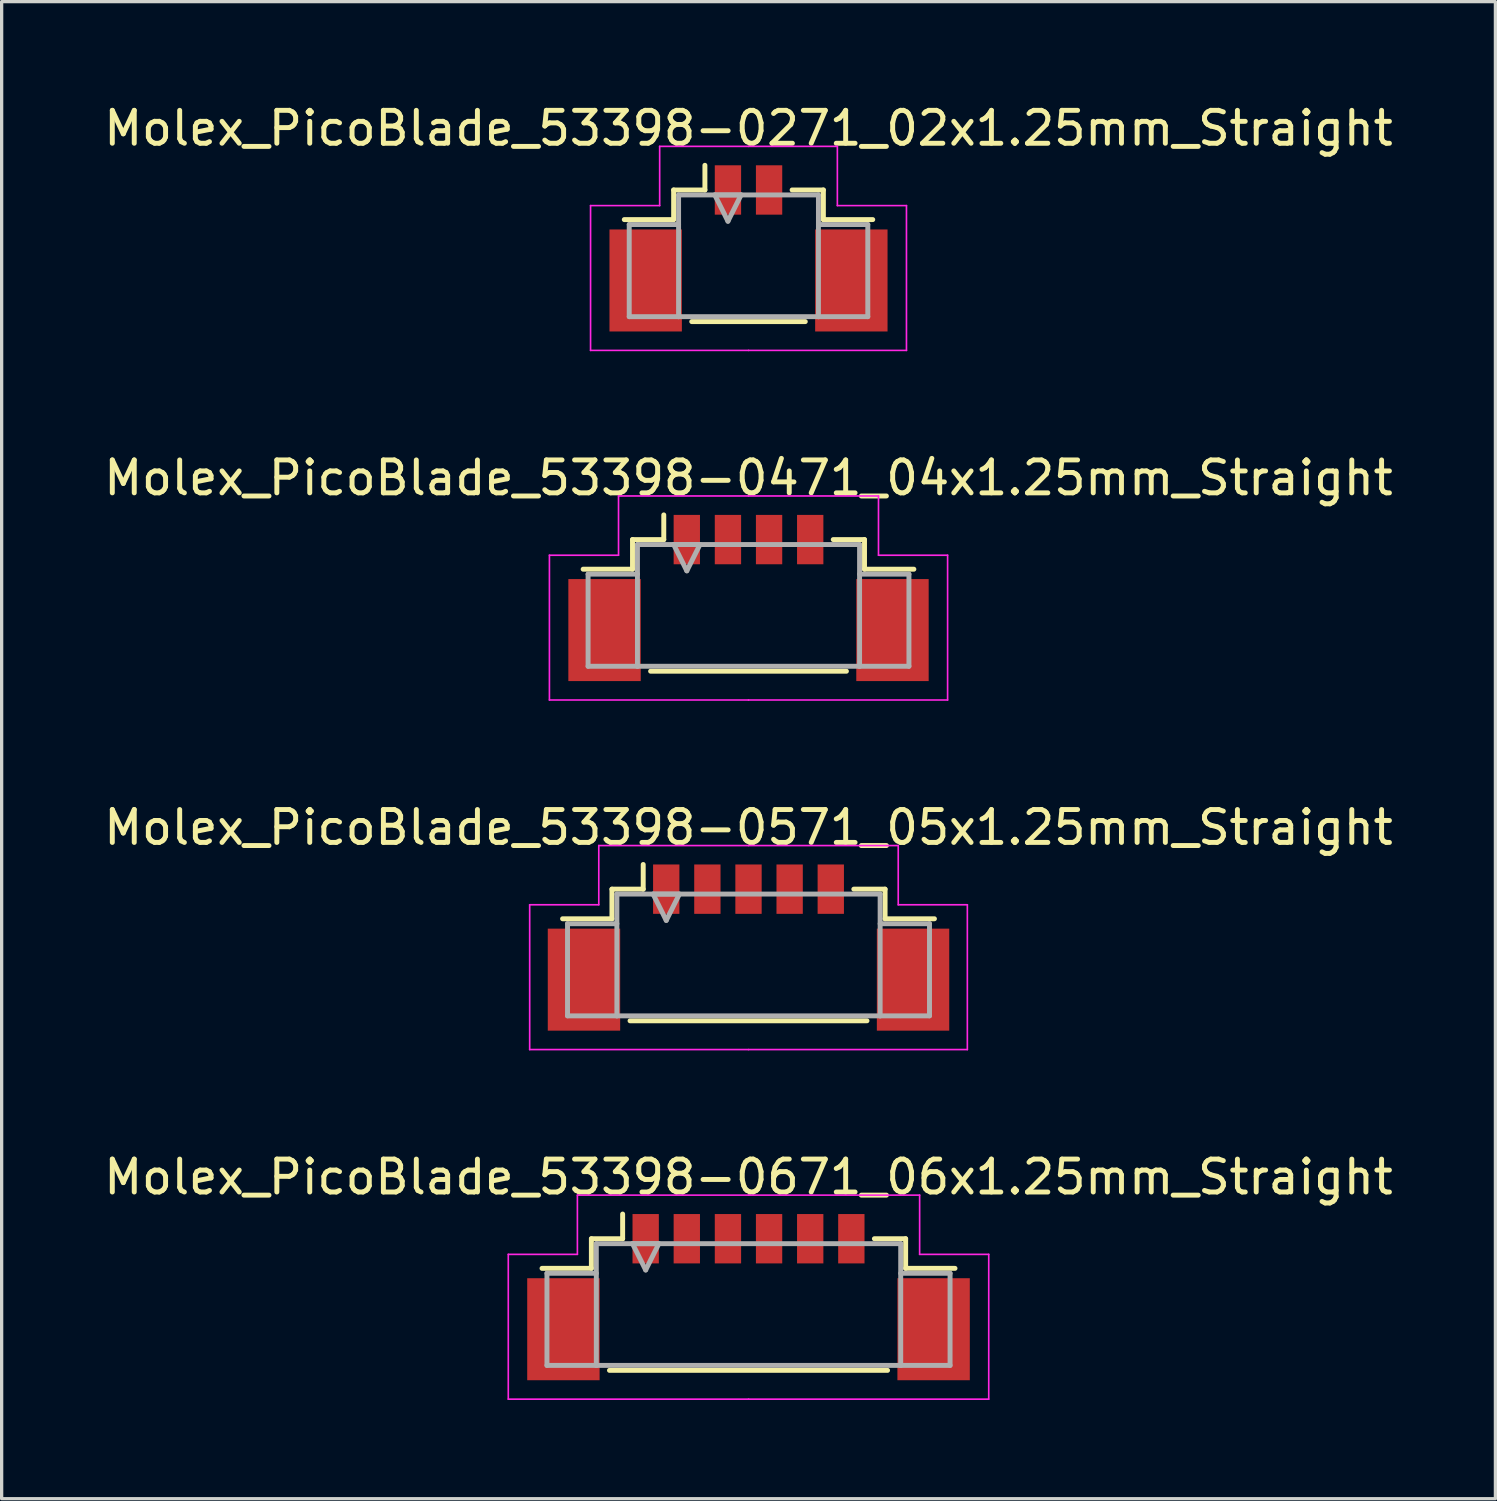
<source format=kicad_pcb>
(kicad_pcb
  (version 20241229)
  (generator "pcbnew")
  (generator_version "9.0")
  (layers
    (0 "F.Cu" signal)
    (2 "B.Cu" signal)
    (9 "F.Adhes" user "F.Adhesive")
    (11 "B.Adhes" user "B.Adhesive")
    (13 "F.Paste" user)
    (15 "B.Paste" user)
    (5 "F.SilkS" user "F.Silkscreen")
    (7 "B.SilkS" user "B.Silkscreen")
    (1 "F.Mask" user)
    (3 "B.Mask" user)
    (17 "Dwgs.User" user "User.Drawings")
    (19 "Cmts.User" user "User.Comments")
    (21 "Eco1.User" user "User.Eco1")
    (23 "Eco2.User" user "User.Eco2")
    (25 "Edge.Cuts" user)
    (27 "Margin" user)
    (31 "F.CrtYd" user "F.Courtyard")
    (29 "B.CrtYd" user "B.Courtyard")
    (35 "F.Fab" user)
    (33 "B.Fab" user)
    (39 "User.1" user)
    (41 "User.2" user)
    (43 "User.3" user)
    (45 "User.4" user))
  (footprint "Molex_PicoBlade_53398-0671_06x1.25mm_Straight"
    (layer "F.Cu")
    (at 19.696 35.968)
    (property "Reference" "Molex_PicoBlade_53398-0671_06x1.25mm_Straight" (at 0 -3.25 0) (layer "F.SilkS") (effects (font (size 1 1) (thickness 0.15))))
    (attr smd)
    (fp_line (start -4.775 -1.375) (end -4.775 -0.475) (stroke (width 0.15) (type solid)) (layer "F.SilkS"))
    (fp_line (start -4.775 -0.475) (end -6.275 -0.475) (stroke (width 0.15) (type solid)) (layer "F.SilkS"))
    (fp_line (start -4.225 2.625) (end 4.225 2.625) (stroke (width 0.15) (type solid)) (layer "F.SilkS"))
    (fp_line (start -3.825 -1.375) (end -4.775 -1.375) (stroke (width 0.15) (type solid)) (layer "F.SilkS"))
    (fp_line (start -3.825 -1.375) (end -3.825 -2.125) (stroke (width 0.15) (type solid)) (layer "F.SilkS"))
    (fp_line (start 3.825 -1.375) (end 4.775 -1.375) (stroke (width 0.15) (type solid)) (layer "F.SilkS"))
    (fp_line (start 4.775 -1.375) (end 4.775 -0.475) (stroke (width 0.15) (type solid)) (layer "F.SilkS"))
    (fp_line (start 4.775 -0.475) (end 6.275 -0.475) (stroke (width 0.15) (type solid)) (layer "F.SilkS"))
    (fp_line (start -7.3 -0.9) (end -7.3 3.5) (stroke (width 0.05) (type solid)) (layer "F.CrtYd"))
    (fp_line (start -7.3 3.5) (end 0 3.5) (stroke (width 0.05) (type solid)) (layer "F.CrtYd"))
    (fp_line (start -5.2 -2.7) (end -5.2 -0.9) (stroke (width 0.05) (type solid)) (layer "F.CrtYd"))
    (fp_line (start -5.2 -0.9) (end -7.3 -0.9) (stroke (width 0.05) (type solid)) (layer "F.CrtYd"))
    (fp_line (start 0 -2.7) (end -5.2 -2.7) (stroke (width 0.05) (type solid)) (layer "F.CrtYd"))
    (fp_line (start 0 -2.7) (end 5.2 -2.7) (stroke (width 0.05) (type solid)) (layer "F.CrtYd"))
    (fp_line (start 5.2 -2.7) (end 5.2 -0.9) (stroke (width 0.05) (type solid)) (layer "F.CrtYd"))
    (fp_line (start 5.2 -0.9) (end 7.3 -0.9) (stroke (width 0.05) (type solid)) (layer "F.CrtYd"))
    (fp_line (start 7.3 -0.9) (end 7.3 3.5) (stroke (width 0.05) (type solid)) (layer "F.CrtYd"))
    (fp_line (start 7.3 3.5) (end 0 3.5) (stroke (width 0.05) (type solid)) (layer "F.CrtYd"))
    (fp_line (start -6.125 -0.325) (end -4.625 -0.325) (stroke (width 0.15) (type solid)) (layer "F.Fab"))
    (fp_line (start -6.125 2.475) (end -6.125 -0.325) (stroke (width 0.15) (type solid)) (layer "F.Fab"))
    (fp_line (start -4.625 -1.225) (end -4.625 2.475) (stroke (width 0.15) (type solid)) (layer "F.Fab"))
    (fp_line (start -4.625 2.475) (end -6.125 2.475) (stroke (width 0.15) (type solid)) (layer "F.Fab"))
    (fp_line (start -4.625 2.475) (end 4.625 2.475) (stroke (width 0.15) (type solid)) (layer "F.Fab"))
    (fp_line (start -3.525 -1.225) (end -3.125 -0.425) (stroke (width 0.15) (type solid)) (layer "F.Fab"))
    (fp_line (start -3.125 -0.425) (end -2.725 -1.225) (stroke (width 0.15) (type solid)) (layer "F.Fab"))
    (fp_line (start -2.725 -1.225) (end -3.525 -1.225) (stroke (width 0.15) (type solid)) (layer "F.Fab"))
    (fp_line (start 4.625 -1.225) (end -4.625 -1.225) (stroke (width 0.15) (type solid)) (layer "F.Fab"))
    (fp_line (start 4.625 2.475) (end 4.625 -1.225) (stroke (width 0.15) (type solid)) (layer "F.Fab"))
    (fp_line (start 4.625 2.475) (end 6.125 2.475) (stroke (width 0.15) (type solid)) (layer "F.Fab"))
    (fp_line (start 6.125 -0.325) (end 4.625 -0.325) (stroke (width 0.15) (type solid)) (layer "F.Fab"))
    (fp_line (start 6.125 2.475) (end 6.125 -0.325) (stroke (width 0.15) (type solid)) (layer "F.Fab"))
    (pad "" smd rect (at -5.625 1.375) (size 2.2 3.1) (layers "F.Cu" "F.Mask" "F.Paste"))
    (pad "" smd rect (at 5.625 1.375) (size 2.2 3.1) (layers "F.Cu" "F.Mask" "F.Paste"))
    (pad "1" smd rect (at -3.125 -1.375) (size 0.8 1.5) (layers "F.Cu" "F.Mask" "F.Paste"))
    (pad "2" smd rect (at -1.875 -1.375) (size 0.8 1.5) (layers "F.Cu" "F.Mask" "F.Paste"))
    (pad "3" smd rect (at -0.625 -1.375) (size 0.8 1.5) (layers "F.Cu" "F.Mask" "F.Paste"))
    (pad "4" smd rect (at 0.625 -1.375) (size 0.8 1.5) (layers "F.Cu" "F.Mask" "F.Paste"))
    (pad "5" smd rect (at 1.875 -1.375) (size 0.8 1.5) (layers "F.Cu" "F.Mask" "F.Paste"))
    (pad "6" smd rect (at 3.125 -1.375) (size 0.8 1.5) (layers "F.Cu" "F.Mask" "F.Paste")))
  (footprint "Molex_PicoBlade_53398-0271_02x1.25mm_Straight"
    (layer "F.Cu")
    (at 19.696 4.098)
    (property "Reference" "Molex_PicoBlade_53398-0271_02x1.25mm_Straight" (at 0 -3.25 0) (layer "F.SilkS") (effects (font (size 1 1) (thickness 0.15))))
    (attr smd)
    (fp_line (start -2.275 -1.375) (end -2.275 -0.475) (stroke (width 0.15) (type solid)) (layer "F.SilkS"))
    (fp_line (start -2.275 -0.475) (end -3.775 -0.475) (stroke (width 0.15) (type solid)) (layer "F.SilkS"))
    (fp_line (start -1.725 2.625) (end 1.725 2.625) (stroke (width 0.15) (type solid)) (layer "F.SilkS"))
    (fp_line (start -1.325 -1.375) (end -2.275 -1.375) (stroke (width 0.15) (type solid)) (layer "F.SilkS"))
    (fp_line (start -1.325 -1.375) (end -1.325 -2.125) (stroke (width 0.15) (type solid)) (layer "F.SilkS"))
    (fp_line (start 1.325 -1.375) (end 2.275 -1.375) (stroke (width 0.15) (type solid)) (layer "F.SilkS"))
    (fp_line (start 2.275 -1.375) (end 2.275 -0.475) (stroke (width 0.15) (type solid)) (layer "F.SilkS"))
    (fp_line (start 2.275 -0.475) (end 3.775 -0.475) (stroke (width 0.15) (type solid)) (layer "F.SilkS"))
    (fp_line (start -4.8 -0.9) (end -4.8 3.5) (stroke (width 0.05) (type solid)) (layer "F.CrtYd"))
    (fp_line (start -4.8 3.5) (end 0 3.5) (stroke (width 0.05) (type solid)) (layer "F.CrtYd"))
    (fp_line (start -2.7 -2.7) (end -2.7 -0.9) (stroke (width 0.05) (type solid)) (layer "F.CrtYd"))
    (fp_line (start -2.7 -0.9) (end -4.8 -0.9) (stroke (width 0.05) (type solid)) (layer "F.CrtYd"))
    (fp_line (start 0 -2.7) (end -2.7 -2.7) (stroke (width 0.05) (type solid)) (layer "F.CrtYd"))
    (fp_line (start 0 -2.7) (end 2.7 -2.7) (stroke (width 0.05) (type solid)) (layer "F.CrtYd"))
    (fp_line (start 2.7 -2.7) (end 2.7 -0.9) (stroke (width 0.05) (type solid)) (layer "F.CrtYd"))
    (fp_line (start 2.7 -0.9) (end 4.8 -0.9) (stroke (width 0.05) (type solid)) (layer "F.CrtYd"))
    (fp_line (start 4.8 -0.9) (end 4.8 3.5) (stroke (width 0.05) (type solid)) (layer "F.CrtYd"))
    (fp_line (start 4.8 3.5) (end 0 3.5) (stroke (width 0.05) (type solid)) (layer "F.CrtYd"))
    (fp_line (start -3.625 -0.325) (end -2.125 -0.325) (stroke (width 0.15) (type solid)) (layer "F.Fab"))
    (fp_line (start -3.625 2.475) (end -3.625 -0.325) (stroke (width 0.15) (type solid)) (layer "F.Fab"))
    (fp_line (start -2.125 -1.225) (end -2.125 2.475) (stroke (width 0.15) (type solid)) (layer "F.Fab"))
    (fp_line (start -2.125 2.475) (end -3.625 2.475) (stroke (width 0.15) (type solid)) (layer "F.Fab"))
    (fp_line (start -2.125 2.475) (end 2.125 2.475) (stroke (width 0.15) (type solid)) (layer "F.Fab"))
    (fp_line (start -1.025 -1.225) (end -0.625 -0.425) (stroke (width 0.15) (type solid)) (layer "F.Fab"))
    (fp_line (start -0.625 -0.425) (end -0.225 -1.225) (stroke (width 0.15) (type solid)) (layer "F.Fab"))
    (fp_line (start -0.225 -1.225) (end -1.025 -1.225) (stroke (width 0.15) (type solid)) (layer "F.Fab"))
    (fp_line (start 2.125 -1.225) (end -2.125 -1.225) (stroke (width 0.15) (type solid)) (layer "F.Fab"))
    (fp_line (start 2.125 2.475) (end 2.125 -1.225) (stroke (width 0.15) (type solid)) (layer "F.Fab"))
    (fp_line (start 2.125 2.475) (end 3.625 2.475) (stroke (width 0.15) (type solid)) (layer "F.Fab"))
    (fp_line (start 3.625 -0.325) (end 2.125 -0.325) (stroke (width 0.15) (type solid)) (layer "F.Fab"))
    (fp_line (start 3.625 2.475) (end 3.625 -0.325) (stroke (width 0.15) (type solid)) (layer "F.Fab"))
    (pad "" smd rect (at -3.125 1.375) (size 2.2 3.1) (layers "F.Cu" "F.Mask" "F.Paste"))
    (pad "" smd rect (at 3.125 1.375) (size 2.2 3.1) (layers "F.Cu" "F.Mask" "F.Paste"))
    (pad "1" smd rect (at -0.625 -1.375) (size 0.8 1.5) (layers "F.Cu" "F.Mask" "F.Paste"))
    (pad "2" smd rect (at 0.625 -1.375) (size 0.8 1.5) (layers "F.Cu" "F.Mask" "F.Paste")))
  (footprint "Molex_PicoBlade_53398-0471_04x1.25mm_Straight"
    (layer "F.Cu")
    (at 19.696 14.722)
    (property "Reference" "Molex_PicoBlade_53398-0471_04x1.25mm_Straight" (at 0 -3.25 0) (layer "F.SilkS") (effects (font (size 1 1) (thickness 0.15))))
    (attr smd)
    (fp_line (start -3.525 -1.375) (end -3.525 -0.475) (stroke (width 0.15) (type solid)) (layer "F.SilkS"))
    (fp_line (start -3.525 -0.475) (end -5.025 -0.475) (stroke (width 0.15) (type solid)) (layer "F.SilkS"))
    (fp_line (start -2.975 2.625) (end 2.975 2.625) (stroke (width 0.15) (type solid)) (layer "F.SilkS"))
    (fp_line (start -2.575 -1.375) (end -3.525 -1.375) (stroke (width 0.15) (type solid)) (layer "F.SilkS"))
    (fp_line (start -2.575 -1.375) (end -2.575 -2.125) (stroke (width 0.15) (type solid)) (layer "F.SilkS"))
    (fp_line (start 2.575 -1.375) (end 3.525 -1.375) (stroke (width 0.15) (type solid)) (layer "F.SilkS"))
    (fp_line (start 3.525 -1.375) (end 3.525 -0.475) (stroke (width 0.15) (type solid)) (layer "F.SilkS"))
    (fp_line (start 3.525 -0.475) (end 5.025 -0.475) (stroke (width 0.15) (type solid)) (layer "F.SilkS"))
    (fp_line (start -6.05 -0.9) (end -6.05 3.5) (stroke (width 0.05) (type solid)) (layer "F.CrtYd"))
    (fp_line (start -6.05 3.5) (end 0 3.5) (stroke (width 0.05) (type solid)) (layer "F.CrtYd"))
    (fp_line (start -3.95 -2.7) (end -3.95 -0.9) (stroke (width 0.05) (type solid)) (layer "F.CrtYd"))
    (fp_line (start -3.95 -0.9) (end -6.05 -0.9) (stroke (width 0.05) (type solid)) (layer "F.CrtYd"))
    (fp_line (start 0 -2.7) (end -3.95 -2.7) (stroke (width 0.05) (type solid)) (layer "F.CrtYd"))
    (fp_line (start 0 -2.7) (end 3.95 -2.7) (stroke (width 0.05) (type solid)) (layer "F.CrtYd"))
    (fp_line (start 3.95 -2.7) (end 3.95 -0.9) (stroke (width 0.05) (type solid)) (layer "F.CrtYd"))
    (fp_line (start 3.95 -0.9) (end 6.05 -0.9) (stroke (width 0.05) (type solid)) (layer "F.CrtYd"))
    (fp_line (start 6.05 -0.9) (end 6.05 3.5) (stroke (width 0.05) (type solid)) (layer "F.CrtYd"))
    (fp_line (start 6.05 3.5) (end 0 3.5) (stroke (width 0.05) (type solid)) (layer "F.CrtYd"))
    (fp_line (start -4.875 -0.325) (end -3.375 -0.325) (stroke (width 0.15) (type solid)) (layer "F.Fab"))
    (fp_line (start -4.875 2.475) (end -4.875 -0.325) (stroke (width 0.15) (type solid)) (layer "F.Fab"))
    (fp_line (start -3.375 -1.225) (end -3.375 2.475) (stroke (width 0.15) (type solid)) (layer "F.Fab"))
    (fp_line (start -3.375 2.475) (end -4.875 2.475) (stroke (width 0.15) (type solid)) (layer "F.Fab"))
    (fp_line (start -3.375 2.475) (end 3.375 2.475) (stroke (width 0.15) (type solid)) (layer "F.Fab"))
    (fp_line (start -2.275 -1.225) (end -1.875 -0.425) (stroke (width 0.15) (type solid)) (layer "F.Fab"))
    (fp_line (start -1.875 -0.425) (end -1.475 -1.225) (stroke (width 0.15) (type solid)) (layer "F.Fab"))
    (fp_line (start -1.475 -1.225) (end -2.275 -1.225) (stroke (width 0.15) (type solid)) (layer "F.Fab"))
    (fp_line (start 3.375 -1.225) (end -3.375 -1.225) (stroke (width 0.15) (type solid)) (layer "F.Fab"))
    (fp_line (start 3.375 2.475) (end 3.375 -1.225) (stroke (width 0.15) (type solid)) (layer "F.Fab"))
    (fp_line (start 3.375 2.475) (end 4.875 2.475) (stroke (width 0.15) (type solid)) (layer "F.Fab"))
    (fp_line (start 4.875 -0.325) (end 3.375 -0.325) (stroke (width 0.15) (type solid)) (layer "F.Fab"))
    (fp_line (start 4.875 2.475) (end 4.875 -0.325) (stroke (width 0.15) (type solid)) (layer "F.Fab"))
    (pad "" smd rect (at -4.375 1.375) (size 2.2 3.1) (layers "F.Cu" "F.Mask" "F.Paste"))
    (pad "" smd rect (at 4.375 1.375) (size 2.2 3.1) (layers "F.Cu" "F.Mask" "F.Paste"))
    (pad "1" smd rect (at -1.875 -1.375) (size 0.8 1.5) (layers "F.Cu" "F.Mask" "F.Paste"))
    (pad "2" smd rect (at -0.625 -1.375) (size 0.8 1.5) (layers "F.Cu" "F.Mask" "F.Paste"))
    (pad "3" smd rect (at 0.625 -1.375) (size 0.8 1.5) (layers "F.Cu" "F.Mask" "F.Paste"))
    (pad "4" smd rect (at 1.875 -1.375) (size 0.8 1.5) (layers "F.Cu" "F.Mask" "F.Paste")))
  (footprint "Molex_PicoBlade_53398-0571_05x1.25mm_Straight"
    (layer "F.Cu")
    (at 19.696 25.345)
    (property "Reference" "Molex_PicoBlade_53398-0571_05x1.25mm_Straight" (at 0 -3.25 0) (layer "F.SilkS") (effects (font (size 1 1) (thickness 0.15))))
    (attr smd)
    (fp_line (start -4.15 -1.375) (end -4.15 -0.475) (stroke (width 0.15) (type solid)) (layer "F.SilkS"))
    (fp_line (start -4.15 -0.475) (end -5.65 -0.475) (stroke (width 0.15) (type solid)) (layer "F.SilkS"))
    (fp_line (start -3.6 2.625) (end 3.6 2.625) (stroke (width 0.15) (type solid)) (layer "F.SilkS"))
    (fp_line (start -3.2 -1.375) (end -4.15 -1.375) (stroke (width 0.15) (type solid)) (layer "F.SilkS"))
    (fp_line (start -3.2 -1.375) (end -3.2 -2.125) (stroke (width 0.15) (type solid)) (layer "F.SilkS"))
    (fp_line (start 3.2 -1.375) (end 4.15 -1.375) (stroke (width 0.15) (type solid)) (layer "F.SilkS"))
    (fp_line (start 4.15 -1.375) (end 4.15 -0.475) (stroke (width 0.15) (type solid)) (layer "F.SilkS"))
    (fp_line (start 4.15 -0.475) (end 5.65 -0.475) (stroke (width 0.15) (type solid)) (layer "F.SilkS"))
    (fp_line (start -6.65 -0.9) (end -6.65 3.5) (stroke (width 0.05) (type solid)) (layer "F.CrtYd"))
    (fp_line (start -6.65 3.5) (end 0 3.5) (stroke (width 0.05) (type solid)) (layer "F.CrtYd"))
    (fp_line (start -4.55 -2.7) (end -4.55 -0.9) (stroke (width 0.05) (type solid)) (layer "F.CrtYd"))
    (fp_line (start -4.55 -0.9) (end -6.65 -0.9) (stroke (width 0.05) (type solid)) (layer "F.CrtYd"))
    (fp_line (start 0 -2.7) (end -4.55 -2.7) (stroke (width 0.05) (type solid)) (layer "F.CrtYd"))
    (fp_line (start 0 -2.7) (end 4.55 -2.7) (stroke (width 0.05) (type solid)) (layer "F.CrtYd"))
    (fp_line (start 4.55 -2.7) (end 4.55 -0.9) (stroke (width 0.05) (type solid)) (layer "F.CrtYd"))
    (fp_line (start 4.55 -0.9) (end 6.65 -0.9) (stroke (width 0.05) (type solid)) (layer "F.CrtYd"))
    (fp_line (start 6.65 -0.9) (end 6.65 3.5) (stroke (width 0.05) (type solid)) (layer "F.CrtYd"))
    (fp_line (start 6.65 3.5) (end 0 3.5) (stroke (width 0.05) (type solid)) (layer "F.CrtYd"))
    (fp_line (start -5.5 -0.325) (end -4 -0.325) (stroke (width 0.15) (type solid)) (layer "F.Fab"))
    (fp_line (start -5.5 2.475) (end -5.5 -0.325) (stroke (width 0.15) (type solid)) (layer "F.Fab"))
    (fp_line (start -4 -1.225) (end -4 2.475) (stroke (width 0.15) (type solid)) (layer "F.Fab"))
    (fp_line (start -4 2.475) (end -5.5 2.475) (stroke (width 0.15) (type solid)) (layer "F.Fab"))
    (fp_line (start -4 2.475) (end 4 2.475) (stroke (width 0.15) (type solid)) (layer "F.Fab"))
    (fp_line (start -2.9 -1.225) (end -2.5 -0.425) (stroke (width 0.15) (type solid)) (layer "F.Fab"))
    (fp_line (start -2.5 -0.425) (end -2.1 -1.225) (stroke (width 0.15) (type solid)) (layer "F.Fab"))
    (fp_line (start -2.1 -1.225) (end -2.9 -1.225) (stroke (width 0.15) (type solid)) (layer "F.Fab"))
    (fp_line (start 4 -1.225) (end -4 -1.225) (stroke (width 0.15) (type solid)) (layer "F.Fab"))
    (fp_line (start 4 2.475) (end 4 -1.225) (stroke (width 0.15) (type solid)) (layer "F.Fab"))
    (fp_line (start 4 2.475) (end 5.5 2.475) (stroke (width 0.15) (type solid)) (layer "F.Fab"))
    (fp_line (start 5.5 -0.325) (end 4 -0.325) (stroke (width 0.15) (type solid)) (layer "F.Fab"))
    (fp_line (start 5.5 2.475) (end 5.5 -0.325) (stroke (width 0.15) (type solid)) (layer "F.Fab"))
    (pad "" smd rect (at -5 1.375) (size 2.2 3.1) (layers "F.Cu" "F.Mask" "F.Paste"))
    (pad "" smd rect (at 5 1.375) (size 2.2 3.1) (layers "F.Cu" "F.Mask" "F.Paste"))
    (pad "1" smd rect (at -2.5 -1.375) (size 0.8 1.5) (layers "F.Cu" "F.Mask" "F.Paste"))
    (pad "2" smd rect (at -1.25 -1.375) (size 0.8 1.5) (layers "F.Cu" "F.Mask" "F.Paste"))
    (pad "3" smd rect (at 0 -1.375) (size 0.8 1.5) (layers "F.Cu" "F.Mask" "F.Paste"))
    (pad "4" smd rect (at 1.25 -1.375) (size 0.8 1.5) (layers "F.Cu" "F.Mask" "F.Paste"))
    (pad "5" smd rect (at 2.5 -1.375) (size 0.8 1.5) (layers "F.Cu" "F.Mask" "F.Paste")))
  (gr_rect
    (start -3 -3)
    (end 42.393 42.493)
    (stroke (width 0.1) (type default))
    (fill no)
    (layer "Edge.Cuts")))
</source>
